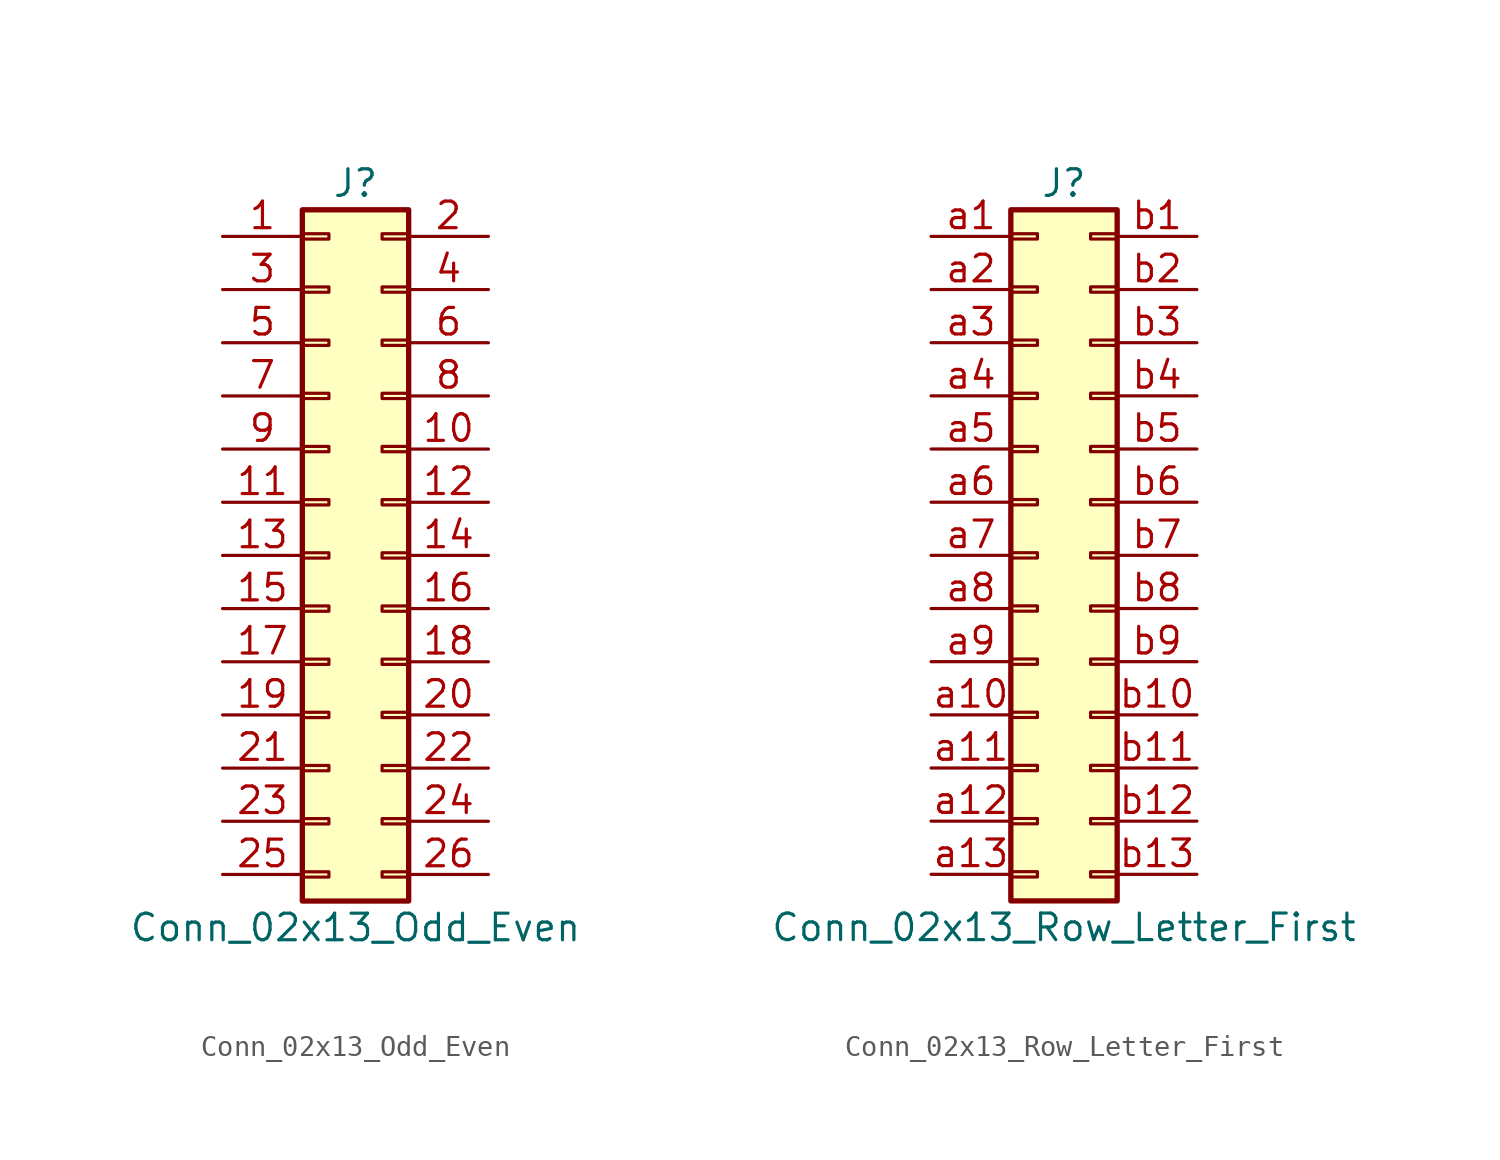
<source format=kicad_sym>
(kicad_symbol_lib
  (version 20211014)
  (generator kicad_symbol_editor)
  (symbol "Conn_02x13_Odd_Even"
    (pin_names
      (offset 1.016) hide)
    (property "Reference" "J"
      (at 1.27 17.78 0)
      (effects (font (size 1.27 1.27))))
    (property "Value" "Conn_02x13_Odd_Even"
      (at 1.27 -17.78 0)
      (effects (font (size 1.27 1.27))))
    (symbol "Conn_02x13_Odd_Even_1_1"
      (rectangle (start -1.27 -15.113) (end 0 -15.367) (stroke (width 0.152) (type default) (color 0 0 0 0)) (fill (type none)))
      (rectangle (start -1.27 -12.573) (end 0 -12.827) (stroke (width 0.152) (type default) (color 0 0 0 0)) (fill (type none)))
      (rectangle (start -1.27 -10.033) (end 0 -10.287) (stroke (width 0.152) (type default) (color 0 0 0 0)) (fill (type none)))
      (rectangle (start -1.27 -7.493) (end 0 -7.747) (stroke (width 0.152) (type default) (color 0 0 0 0)) (fill (type none)))
      (rectangle (start -1.27 -4.953) (end 0 -5.207) (stroke (width 0.152) (type default) (color 0 0 0 0)) (fill (type none)))
      (rectangle (start -1.27 -2.413) (end 0 -2.667) (stroke (width 0.152) (type default) (color 0 0 0 0)) (fill (type none)))
      (rectangle (start -1.27 0.127) (end 0 -0.127) (stroke (width 0.152) (type default) (color 0 0 0 0)) (fill (type none)))
      (rectangle (start -1.27 2.667) (end 0 2.413) (stroke (width 0.152) (type default) (color 0 0 0 0)) (fill (type none)))
      (rectangle (start -1.27 5.207) (end 0 4.953) (stroke (width 0.152) (type default) (color 0 0 0 0)) (fill (type none)))
      (rectangle (start -1.27 7.747) (end 0 7.493) (stroke (width 0.152) (type default) (color 0 0 0 0)) (fill (type none)))
      (rectangle (start -1.27 10.287) (end 0 10.033) (stroke (width 0.152) (type default) (color 0 0 0 0)) (fill (type none)))
      (rectangle (start -1.27 12.827) (end 0 12.573) (stroke (width 0.152) (type default) (color 0 0 0 0)) (fill (type none)))
      (rectangle (start -1.27 15.367) (end 0 15.113) (stroke (width 0.152) (type default) (color 0 0 0 0)) (fill (type none)))
      (rectangle (start -1.27 16.51) (end 3.81 -16.51) (stroke (width 0.254) (type default) (color 0 0 0 0)) (fill (type background)))
      (rectangle (start 3.81 -15.113) (end 2.54 -15.367) (stroke (width 0.152) (type default) (color 0 0 0 0)) (fill (type none)))
      (rectangle (start 3.81 -12.573) (end 2.54 -12.827) (stroke (width 0.152) (type default) (color 0 0 0 0)) (fill (type none)))
      (rectangle (start 3.81 -10.033) (end 2.54 -10.287) (stroke (width 0.152) (type default) (color 0 0 0 0)) (fill (type none)))
      (rectangle (start 3.81 -7.493) (end 2.54 -7.747) (stroke (width 0.152) (type default) (color 0 0 0 0)) (fill (type none)))
      (rectangle (start 3.81 -4.953) (end 2.54 -5.207) (stroke (width 0.152) (type default) (color 0 0 0 0)) (fill (type none)))
      (rectangle (start 3.81 -2.413) (end 2.54 -2.667) (stroke (width 0.152) (type default) (color 0 0 0 0)) (fill (type none)))
      (rectangle (start 3.81 0.127) (end 2.54 -0.127) (stroke (width 0.152) (type default) (color 0 0 0 0)) (fill (type none)))
      (rectangle (start 3.81 2.667) (end 2.54 2.413) (stroke (width 0.152) (type default) (color 0 0 0 0)) (fill (type none)))
      (rectangle (start 3.81 5.207) (end 2.54 4.953) (stroke (width 0.152) (type default) (color 0 0 0 0)) (fill (type none)))
      (rectangle (start 3.81 7.747) (end 2.54 7.493) (stroke (width 0.152) (type default) (color 0 0 0 0)) (fill (type none)))
      (rectangle (start 3.81 10.287) (end 2.54 10.033) (stroke (width 0.152) (type default) (color 0 0 0 0)) (fill (type none)))
      (rectangle (start 3.81 12.827) (end 2.54 12.573) (stroke (width 0.152) (type default) (color 0 0 0 0)) (fill (type none)))
      (rectangle (start 3.81 15.367) (end 2.54 15.113) (stroke (width 0.152) (type default) (color 0 0 0 0)) (fill (type none)))
      (pin passive line (at -5.08 15.24 0) (length 3.81) (name "Pin_1" (effects (font (size 1.27 1.27)))) (number "1" (effects (font (size 1.27 1.27)))))
      (pin passive line (at 7.62 5.08 180) (length 3.81) (name "Pin_10" (effects (font (size 1.27 1.27)))) (number "10" (effects (font (size 1.27 1.27)))))
      (pin passive line (at -5.08 2.54 0) (length 3.81) (name "Pin_11" (effects (font (size 1.27 1.27)))) (number "11" (effects (font (size 1.27 1.27)))))
      (pin passive line (at 7.62 2.54 180) (length 3.81) (name "Pin_12" (effects (font (size 1.27 1.27)))) (number "12" (effects (font (size 1.27 1.27)))))
      (pin passive line (at -5.08 0 0) (length 3.81) (name "Pin_13" (effects (font (size 1.27 1.27)))) (number "13" (effects (font (size 1.27 1.27)))))
      (pin passive line (at 7.62 0 180) (length 3.81) (name "Pin_14" (effects (font (size 1.27 1.27)))) (number "14" (effects (font (size 1.27 1.27)))))
      (pin passive line (at -5.08 -2.54 0) (length 3.81) (name "Pin_15" (effects (font (size 1.27 1.27)))) (number "15" (effects (font (size 1.27 1.27)))))
      (pin passive line (at 7.62 -2.54 180) (length 3.81) (name "Pin_16" (effects (font (size 1.27 1.27)))) (number "16" (effects (font (size 1.27 1.27)))))
      (pin passive line (at -5.08 -5.08 0) (length 3.81) (name "Pin_17" (effects (font (size 1.27 1.27)))) (number "17" (effects (font (size 1.27 1.27)))))
      (pin passive line (at 7.62 -5.08 180) (length 3.81) (name "Pin_18" (effects (font (size 1.27 1.27)))) (number "18" (effects (font (size 1.27 1.27)))))
      (pin passive line (at -5.08 -7.62 0) (length 3.81) (name "Pin_19" (effects (font (size 1.27 1.27)))) (number "19" (effects (font (size 1.27 1.27)))))
      (pin passive line (at 7.62 15.24 180) (length 3.81) (name "Pin_2" (effects (font (size 1.27 1.27)))) (number "2" (effects (font (size 1.27 1.27)))))
      (pin passive line (at 7.62 -7.62 180) (length 3.81) (name "Pin_20" (effects (font (size 1.27 1.27)))) (number "20" (effects (font (size 1.27 1.27)))))
      (pin passive line (at -5.08 -10.16 0) (length 3.81) (name "Pin_21" (effects (font (size 1.27 1.27)))) (number "21" (effects (font (size 1.27 1.27)))))
      (pin passive line (at 7.62 -10.16 180) (length 3.81) (name "Pin_22" (effects (font (size 1.27 1.27)))) (number "22" (effects (font (size 1.27 1.27)))))
      (pin passive line (at -5.08 -12.7 0) (length 3.81) (name "Pin_23" (effects (font (size 1.27 1.27)))) (number "23" (effects (font (size 1.27 1.27)))))
      (pin passive line (at 7.62 -12.7 180) (length 3.81) (name "Pin_24" (effects (font (size 1.27 1.27)))) (number "24" (effects (font (size 1.27 1.27)))))
      (pin passive line (at -5.08 -15.24 0) (length 3.81) (name "Pin_25" (effects (font (size 1.27 1.27)))) (number "25" (effects (font (size 1.27 1.27)))))
      (pin passive line (at 7.62 -15.24 180) (length 3.81) (name "Pin_26" (effects (font (size 1.27 1.27)))) (number "26" (effects (font (size 1.27 1.27)))))
      (pin passive line (at -5.08 12.7 0) (length 3.81) (name "Pin_3" (effects (font (size 1.27 1.27)))) (number "3" (effects (font (size 1.27 1.27)))))
      (pin passive line (at 7.62 12.7 180) (length 3.81) (name "Pin_4" (effects (font (size 1.27 1.27)))) (number "4" (effects (font (size 1.27 1.27)))))
      (pin passive line (at -5.08 10.16 0) (length 3.81) (name "Pin_5" (effects (font (size 1.27 1.27)))) (number "5" (effects (font (size 1.27 1.27)))))
      (pin passive line (at 7.62 10.16 180) (length 3.81) (name "Pin_6" (effects (font (size 1.27 1.27)))) (number "6" (effects (font (size 1.27 1.27)))))
      (pin passive line (at -5.08 7.62 0) (length 3.81) (name "Pin_7" (effects (font (size 1.27 1.27)))) (number "7" (effects (font (size 1.27 1.27)))))
      (pin passive line (at 7.62 7.62 180) (length 3.81) (name "Pin_8" (effects (font (size 1.27 1.27)))) (number "8" (effects (font (size 1.27 1.27)))))
      (pin passive line (at -5.08 5.08 0) (length 3.81) (name "Pin_9" (effects (font (size 1.27 1.27)))) (number "9" (effects (font (size 1.27 1.27)))))))
  (symbol "Conn_02x13_Row_Letter_First"
    (pin_names
      (offset 1.016) hide)
    (property "Reference" "J"
      (at 1.27 17.78 0)
      (effects (font (size 1.27 1.27))))
    (property "Value" "Conn_02x13_Row_Letter_First"
      (at 1.27 -17.78 0)
      (effects (font (size 1.27 1.27))))
    (symbol "Conn_02x13_Row_Letter_First_1_1"
      (rectangle (start -1.27 -15.113) (end 0 -15.367) (stroke (width 0.152) (type default) (color 0 0 0 0)) (fill (type none)))
      (rectangle (start -1.27 -12.573) (end 0 -12.827) (stroke (width 0.152) (type default) (color 0 0 0 0)) (fill (type none)))
      (rectangle (start -1.27 -10.033) (end 0 -10.287) (stroke (width 0.152) (type default) (color 0 0 0 0)) (fill (type none)))
      (rectangle (start -1.27 -7.493) (end 0 -7.747) (stroke (width 0.152) (type default) (color 0 0 0 0)) (fill (type none)))
      (rectangle (start -1.27 -4.953) (end 0 -5.207) (stroke (width 0.152) (type default) (color 0 0 0 0)) (fill (type none)))
      (rectangle (start -1.27 -2.413) (end 0 -2.667) (stroke (width 0.152) (type default) (color 0 0 0 0)) (fill (type none)))
      (rectangle (start -1.27 0.127) (end 0 -0.127) (stroke (width 0.152) (type default) (color 0 0 0 0)) (fill (type none)))
      (rectangle (start -1.27 2.667) (end 0 2.413) (stroke (width 0.152) (type default) (color 0 0 0 0)) (fill (type none)))
      (rectangle (start -1.27 5.207) (end 0 4.953) (stroke (width 0.152) (type default) (color 0 0 0 0)) (fill (type none)))
      (rectangle (start -1.27 7.747) (end 0 7.493) (stroke (width 0.152) (type default) (color 0 0 0 0)) (fill (type none)))
      (rectangle (start -1.27 10.287) (end 0 10.033) (stroke (width 0.152) (type default) (color 0 0 0 0)) (fill (type none)))
      (rectangle (start -1.27 12.827) (end 0 12.573) (stroke (width 0.152) (type default) (color 0 0 0 0)) (fill (type none)))
      (rectangle (start -1.27 15.367) (end 0 15.113) (stroke (width 0.152) (type default) (color 0 0 0 0)) (fill (type none)))
      (rectangle (start -1.27 16.51) (end 3.81 -16.51) (stroke (width 0.254) (type default) (color 0 0 0 0)) (fill (type background)))
      (rectangle (start 3.81 -15.113) (end 2.54 -15.367) (stroke (width 0.152) (type default) (color 0 0 0 0)) (fill (type none)))
      (rectangle (start 3.81 -12.573) (end 2.54 -12.827) (stroke (width 0.152) (type default) (color 0 0 0 0)) (fill (type none)))
      (rectangle (start 3.81 -10.033) (end 2.54 -10.287) (stroke (width 0.152) (type default) (color 0 0 0 0)) (fill (type none)))
      (rectangle (start 3.81 -7.493) (end 2.54 -7.747) (stroke (width 0.152) (type default) (color 0 0 0 0)) (fill (type none)))
      (rectangle (start 3.81 -4.953) (end 2.54 -5.207) (stroke (width 0.152) (type default) (color 0 0 0 0)) (fill (type none)))
      (rectangle (start 3.81 -2.413) (end 2.54 -2.667) (stroke (width 0.152) (type default) (color 0 0 0 0)) (fill (type none)))
      (rectangle (start 3.81 0.127) (end 2.54 -0.127) (stroke (width 0.152) (type default) (color 0 0 0 0)) (fill (type none)))
      (rectangle (start 3.81 2.667) (end 2.54 2.413) (stroke (width 0.152) (type default) (color 0 0 0 0)) (fill (type none)))
      (rectangle (start 3.81 5.207) (end 2.54 4.953) (stroke (width 0.152) (type default) (color 0 0 0 0)) (fill (type none)))
      (rectangle (start 3.81 7.747) (end 2.54 7.493) (stroke (width 0.152) (type default) (color 0 0 0 0)) (fill (type none)))
      (rectangle (start 3.81 10.287) (end 2.54 10.033) (stroke (width 0.152) (type default) (color 0 0 0 0)) (fill (type none)))
      (rectangle (start 3.81 12.827) (end 2.54 12.573) (stroke (width 0.152) (type default) (color 0 0 0 0)) (fill (type none)))
      (rectangle (start 3.81 15.367) (end 2.54 15.113) (stroke (width 0.152) (type default) (color 0 0 0 0)) (fill (type none)))
      (pin passive line (at -5.08 15.24 0) (length 3.81) (name "Pin_a1" (effects (font (size 1.27 1.27)))) (number "a1" (effects (font (size 1.27 1.27)))))
      (pin passive line (at -5.08 -7.62 0) (length 3.81) (name "Pin_a10" (effects (font (size 1.27 1.27)))) (number "a10" (effects (font (size 1.27 1.27)))))
      (pin passive line (at -5.08 -10.16 0) (length 3.81) (name "Pin_a11" (effects (font (size 1.27 1.27)))) (number "a11" (effects (font (size 1.27 1.27)))))
      (pin passive line (at -5.08 -12.7 0) (length 3.81) (name "Pin_a12" (effects (font (size 1.27 1.27)))) (number "a12" (effects (font (size 1.27 1.27)))))
      (pin passive line (at -5.08 -15.24 0) (length 3.81) (name "Pin_a13" (effects (font (size 1.27 1.27)))) (number "a13" (effects (font (size 1.27 1.27)))))
      (pin passive line (at -5.08 12.7 0) (length 3.81) (name "Pin_a2" (effects (font (size 1.27 1.27)))) (number "a2" (effects (font (size 1.27 1.27)))))
      (pin passive line (at -5.08 10.16 0) (length 3.81) (name "Pin_a3" (effects (font (size 1.27 1.27)))) (number "a3" (effects (font (size 1.27 1.27)))))
      (pin passive line (at -5.08 7.62 0) (length 3.81) (name "Pin_a4" (effects (font (size 1.27 1.27)))) (number "a4" (effects (font (size 1.27 1.27)))))
      (pin passive line (at -5.08 5.08 0) (length 3.81) (name "Pin_a5" (effects (font (size 1.27 1.27)))) (number "a5" (effects (font (size 1.27 1.27)))))
      (pin passive line (at -5.08 2.54 0) (length 3.81) (name "Pin_a6" (effects (font (size 1.27 1.27)))) (number "a6" (effects (font (size 1.27 1.27)))))
      (pin passive line (at -5.08 0 0) (length 3.81) (name "Pin_a7" (effects (font (size 1.27 1.27)))) (number "a7" (effects (font (size 1.27 1.27)))))
      (pin passive line (at -5.08 -2.54 0) (length 3.81) (name "Pin_a8" (effects (font (size 1.27 1.27)))) (number "a8" (effects (font (size 1.27 1.27)))))
      (pin passive line (at -5.08 -5.08 0) (length 3.81) (name "Pin_a9" (effects (font (size 1.27 1.27)))) (number "a9" (effects (font (size 1.27 1.27)))))
      (pin passive line (at 7.62 15.24 180) (length 3.81) (name "Pin_b1" (effects (font (size 1.27 1.27)))) (number "b1" (effects (font (size 1.27 1.27)))))
      (pin passive line (at 7.62 -7.62 180) (length 3.81) (name "Pin_b10" (effects (font (size 1.27 1.27)))) (number "b10" (effects (font (size 1.27 1.27)))))
      (pin passive line (at 7.62 -10.16 180) (length 3.81) (name "Pin_b11" (effects (font (size 1.27 1.27)))) (number "b11" (effects (font (size 1.27 1.27)))))
      (pin passive line (at 7.62 -12.7 180) (length 3.81) (name "Pin_b12" (effects (font (size 1.27 1.27)))) (number "b12" (effects (font (size 1.27 1.27)))))
      (pin passive line (at 7.62 -15.24 180) (length 3.81) (name "Pin_b13" (effects (font (size 1.27 1.27)))) (number "b13" (effects (font (size 1.27 1.27)))))
      (pin passive line (at 7.62 12.7 180) (length 3.81) (name "Pin_b2" (effects (font (size 1.27 1.27)))) (number "b2" (effects (font (size 1.27 1.27)))))
      (pin passive line (at 7.62 10.16 180) (length 3.81) (name "Pin_b3" (effects (font (size 1.27 1.27)))) (number "b3" (effects (font (size 1.27 1.27)))))
      (pin passive line (at 7.62 7.62 180) (length 3.81) (name "Pin_b4" (effects (font (size 1.27 1.27)))) (number "b4" (effects (font (size 1.27 1.27)))))
      (pin passive line (at 7.62 5.08 180) (length 3.81) (name "Pin_b5" (effects (font (size 1.27 1.27)))) (number "b5" (effects (font (size 1.27 1.27)))))
      (pin passive line (at 7.62 2.54 180) (length 3.81) (name "Pin_b6" (effects (font (size 1.27 1.27)))) (number "b6" (effects (font (size 1.27 1.27)))))
      (pin passive line (at 7.62 0 180) (length 3.81) (name "Pin_b7" (effects (font (size 1.27 1.27)))) (number "b7" (effects (font (size 1.27 1.27)))))
      (pin passive line (at 7.62 -2.54 180) (length 3.81) (name "Pin_b8" (effects (font (size 1.27 1.27)))) (number "b8" (effects (font (size 1.27 1.27)))))
      (pin passive line (at 7.62 -5.08 180) (length 3.81) (name "Pin_b9" (effects (font (size 1.27 1.27)))) (number "b9" (effects (font (size 1.27 1.27))))))))
</source>
